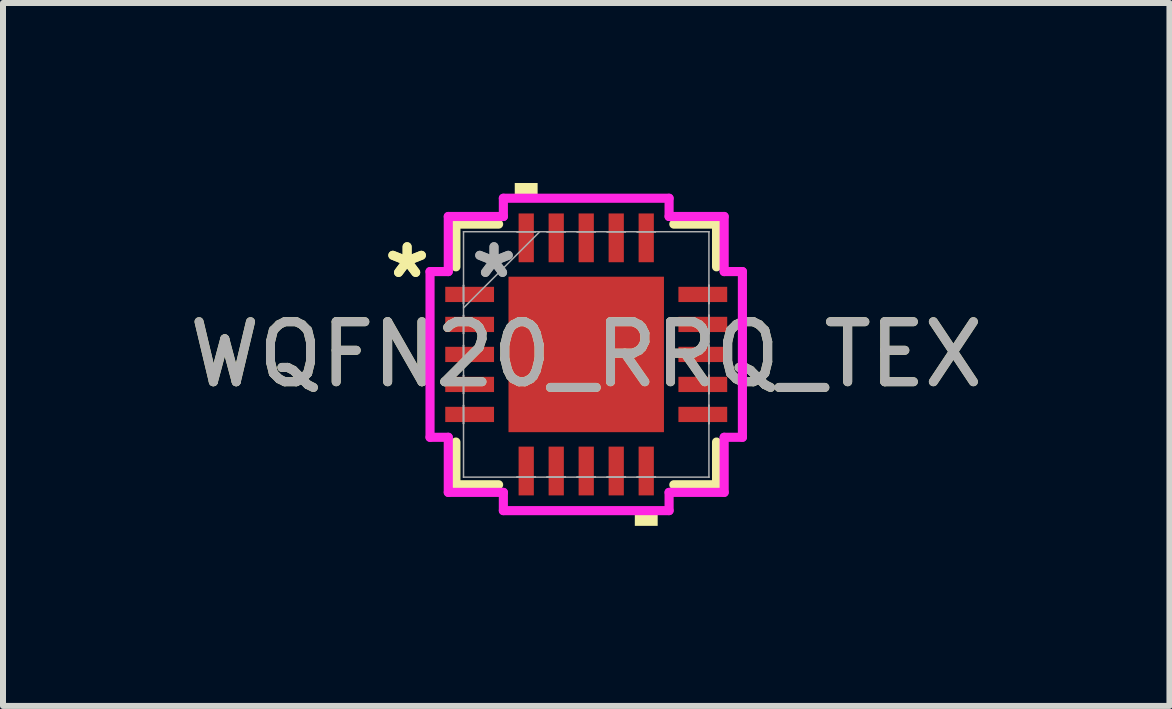
<source format=kicad_pcb>
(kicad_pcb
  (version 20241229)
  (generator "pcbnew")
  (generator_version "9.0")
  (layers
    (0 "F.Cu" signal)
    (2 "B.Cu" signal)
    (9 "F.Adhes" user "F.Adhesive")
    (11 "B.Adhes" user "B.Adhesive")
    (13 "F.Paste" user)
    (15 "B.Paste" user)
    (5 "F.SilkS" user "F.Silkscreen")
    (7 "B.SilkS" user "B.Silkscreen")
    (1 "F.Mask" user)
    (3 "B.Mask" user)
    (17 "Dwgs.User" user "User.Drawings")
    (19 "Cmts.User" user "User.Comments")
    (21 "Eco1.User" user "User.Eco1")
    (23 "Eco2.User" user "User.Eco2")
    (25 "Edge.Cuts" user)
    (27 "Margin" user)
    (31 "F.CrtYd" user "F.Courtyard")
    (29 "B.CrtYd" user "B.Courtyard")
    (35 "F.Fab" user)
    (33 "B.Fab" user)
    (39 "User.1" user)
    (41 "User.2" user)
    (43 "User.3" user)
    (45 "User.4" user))
  (footprint "WQFN20_RRQ_TEX"
    (layer "F.Cu")
    (at 6.72 2.857)
    (property "Reference" "WQFN20_RRQ_TEX" (at 0 0 0) (unlocked yes) (layer "F.SilkS") (effects (font (size 1 1) (thickness 0.15))))
    (attr smd)
    (fp_line (start -2.172 -2.172) (end -2.172 -1.46) (stroke (width 0.152) (type solid)) (layer "F.SilkS"))
    (fp_line (start -2.172 1.46) (end -2.172 2.172) (stroke (width 0.152) (type solid)) (layer "F.SilkS"))
    (fp_line (start -2.172 2.172) (end -1.46 2.172) (stroke (width 0.152) (type solid)) (layer "F.SilkS"))
    (fp_line (start -1.46 -2.172) (end -2.172 -2.172) (stroke (width 0.152) (type solid)) (layer "F.SilkS"))
    (fp_line (start 1.46 2.172) (end 2.172 2.172) (stroke (width 0.152) (type solid)) (layer "F.SilkS"))
    (fp_line (start 2.172 -2.172) (end 1.46 -2.172) (stroke (width 0.152) (type solid)) (layer "F.SilkS"))
    (fp_line (start 2.172 -1.46) (end 2.172 -2.172) (stroke (width 0.152) (type solid)) (layer "F.SilkS"))
    (fp_line (start 2.172 2.172) (end 2.172 1.46) (stroke (width 0.152) (type solid)) (layer "F.SilkS"))
    (fp_poly (pts (xy -1.191 -2.603) (xy -1.191 -2.857) (xy -0.81 -2.857) (xy -0.81 -2.603)) (stroke (width 0) (type solid)) (fill yes) (layer "F.SilkS"))
    (fp_poly (pts (xy 0.81 2.603) (xy 0.81 2.857) (xy 1.191 2.857) (xy 1.191 2.603)) (stroke (width 0) (type solid)) (fill yes) (layer "F.SilkS"))
    (fp_poly (pts (xy -1.195 -1.195) (xy -1.195 -0.1) (xy -0.1 -0.1) (xy -0.1 -1.195)) (stroke (width 0) (type solid)) (fill yes) (layer "F.Paste"))
    (fp_poly (pts (xy -1.195 0.1) (xy -1.195 1.195) (xy -0.1 1.195) (xy -0.1 0.1)) (stroke (width 0) (type solid)) (fill yes) (layer "F.Paste"))
    (fp_poly (pts (xy 0.1 -1.195) (xy 0.1 -0.1) (xy 1.195 -0.1) (xy 1.195 -1.195)) (stroke (width 0) (type solid)) (fill yes) (layer "F.Paste"))
    (fp_poly (pts (xy 0.1 0.1) (xy 0.1 1.195) (xy 1.195 1.195) (xy 1.195 0.1)) (stroke (width 0) (type solid)) (fill yes) (layer "F.Paste"))
    (fp_line (start -2.603 -1.381) (end -2.299 -1.381) (stroke (width 0.152) (type solid)) (layer "F.CrtYd"))
    (fp_line (start -2.603 1.381) (end -2.603 -1.381) (stroke (width 0.152) (type solid)) (layer "F.CrtYd"))
    (fp_line (start -2.299 -2.299) (end -1.381 -2.299) (stroke (width 0.152) (type solid)) (layer "F.CrtYd"))
    (fp_line (start -2.299 -1.381) (end -2.299 -2.299) (stroke (width 0.152) (type solid)) (layer "F.CrtYd"))
    (fp_line (start -2.299 1.381) (end -2.603 1.381) (stroke (width 0.152) (type solid)) (layer "F.CrtYd"))
    (fp_line (start -2.299 2.299) (end -2.299 1.381) (stroke (width 0.152) (type solid)) (layer "F.CrtYd"))
    (fp_line (start -1.381 -2.603) (end 1.381 -2.603) (stroke (width 0.152) (type solid)) (layer "F.CrtYd"))
    (fp_line (start -1.381 -2.299) (end -1.381 -2.603) (stroke (width 0.152) (type solid)) (layer "F.CrtYd"))
    (fp_line (start -1.381 2.299) (end -2.299 2.299) (stroke (width 0.152) (type solid)) (layer "F.CrtYd"))
    (fp_line (start -1.381 2.603) (end -1.381 2.299) (stroke (width 0.152) (type solid)) (layer "F.CrtYd"))
    (fp_line (start 1.381 -2.603) (end 1.381 -2.299) (stroke (width 0.152) (type solid)) (layer "F.CrtYd"))
    (fp_line (start 1.381 -2.299) (end 2.299 -2.299) (stroke (width 0.152) (type solid)) (layer "F.CrtYd"))
    (fp_line (start 1.381 2.299) (end 1.381 2.603) (stroke (width 0.152) (type solid)) (layer "F.CrtYd"))
    (fp_line (start 1.381 2.603) (end -1.381 2.603) (stroke (width 0.152) (type solid)) (layer "F.CrtYd"))
    (fp_line (start 2.299 -2.299) (end 2.299 -1.381) (stroke (width 0.152) (type solid)) (layer "F.CrtYd"))
    (fp_line (start 2.299 -1.381) (end 2.603 -1.381) (stroke (width 0.152) (type solid)) (layer "F.CrtYd"))
    (fp_line (start 2.299 1.381) (end 2.299 2.299) (stroke (width 0.152) (type solid)) (layer "F.CrtYd"))
    (fp_line (start 2.299 2.299) (end 1.381 2.299) (stroke (width 0.152) (type solid)) (layer "F.CrtYd"))
    (fp_line (start 2.603 -1.381) (end 2.603 1.381) (stroke (width 0.152) (type solid)) (layer "F.CrtYd"))
    (fp_line (start 2.603 1.381) (end 2.299 1.381) (stroke (width 0.152) (type solid)) (layer "F.CrtYd"))
    (fp_line (start -2.045 -2.045) (end -2.045 -2.045) (stroke (width 0.025) (type solid)) (layer "F.Fab"))
    (fp_line (start -2.045 -2.045) (end -2.045 2.045) (stroke (width 0.025) (type solid)) (layer "F.Fab"))
    (fp_line (start -2.045 -1.153) (end -2.045 -1.153) (stroke (width 0.025) (type solid)) (layer "F.Fab"))
    (fp_line (start -2.045 -1.153) (end -2.045 -0.848) (stroke (width 0.025) (type solid)) (layer "F.Fab"))
    (fp_line (start -2.045 -0.848) (end -2.045 -1.153) (stroke (width 0.025) (type solid)) (layer "F.Fab"))
    (fp_line (start -2.045 -0.848) (end -2.045 -0.848) (stroke (width 0.025) (type solid)) (layer "F.Fab"))
    (fp_line (start -2.045 -0.775) (end -0.775 -2.045) (stroke (width 0.025) (type solid)) (layer "F.Fab"))
    (fp_line (start -2.045 -0.653) (end -2.045 -0.653) (stroke (width 0.025) (type solid)) (layer "F.Fab"))
    (fp_line (start -2.045 -0.653) (end -2.045 -0.348) (stroke (width 0.025) (type solid)) (layer "F.Fab"))
    (fp_line (start -2.045 -0.348) (end -2.045 -0.653) (stroke (width 0.025) (type solid)) (layer "F.Fab"))
    (fp_line (start -2.045 -0.348) (end -2.045 -0.348) (stroke (width 0.025) (type solid)) (layer "F.Fab"))
    (fp_line (start -2.045 -0.152) (end -2.045 -0.152) (stroke (width 0.025) (type solid)) (layer "F.Fab"))
    (fp_line (start -2.045 -0.152) (end -2.045 0.152) (stroke (width 0.025) (type solid)) (layer "F.Fab"))
    (fp_line (start -2.045 0.152) (end -2.045 -0.152) (stroke (width 0.025) (type solid)) (layer "F.Fab"))
    (fp_line (start -2.045 0.152) (end -2.045 0.152) (stroke (width 0.025) (type solid)) (layer "F.Fab"))
    (fp_line (start -2.045 0.348) (end -2.045 0.348) (stroke (width 0.025) (type solid)) (layer "F.Fab"))
    (fp_line (start -2.045 0.348) (end -2.045 0.653) (stroke (width 0.025) (type solid)) (layer "F.Fab"))
    (fp_line (start -2.045 0.653) (end -2.045 0.348) (stroke (width 0.025) (type solid)) (layer "F.Fab"))
    (fp_line (start -2.045 0.653) (end -2.045 0.653) (stroke (width 0.025) (type solid)) (layer "F.Fab"))
    (fp_line (start -2.045 0.848) (end -2.045 0.848) (stroke (width 0.025) (type solid)) (layer "F.Fab"))
    (fp_line (start -2.045 0.848) (end -2.045 1.153) (stroke (width 0.025) (type solid)) (layer "F.Fab"))
    (fp_line (start -2.045 1.153) (end -2.045 0.848) (stroke (width 0.025) (type solid)) (layer "F.Fab"))
    (fp_line (start -2.045 1.153) (end -2.045 1.153) (stroke (width 0.025) (type solid)) (layer "F.Fab"))
    (fp_line (start -2.045 2.045) (end -2.045 2.045) (stroke (width 0.025) (type solid)) (layer "F.Fab"))
    (fp_line (start -2.045 2.045) (end 2.045 2.045) (stroke (width 0.025) (type solid)) (layer "F.Fab"))
    (fp_line (start -1.153 -2.045) (end -1.153 -2.045) (stroke (width 0.025) (type solid)) (layer "F.Fab"))
    (fp_line (start -1.153 -2.045) (end -0.848 -2.045) (stroke (width 0.025) (type solid)) (layer "F.Fab"))
    (fp_line (start -1.153 2.045) (end -1.153 2.045) (stroke (width 0.025) (type solid)) (layer "F.Fab"))
    (fp_line (start -1.153 2.045) (end -0.848 2.045) (stroke (width 0.025) (type solid)) (layer "F.Fab"))
    (fp_line (start -0.848 -2.045) (end -1.153 -2.045) (stroke (width 0.025) (type solid)) (layer "F.Fab"))
    (fp_line (start -0.848 -2.045) (end -0.848 -2.045) (stroke (width 0.025) (type solid)) (layer "F.Fab"))
    (fp_line (start -0.848 2.045) (end -1.153 2.045) (stroke (width 0.025) (type solid)) (layer "F.Fab"))
    (fp_line (start -0.848 2.045) (end -0.848 2.045) (stroke (width 0.025) (type solid)) (layer "F.Fab"))
    (fp_line (start -0.653 -2.045) (end -0.653 -2.045) (stroke (width 0.025) (type solid)) (layer "F.Fab"))
    (fp_line (start -0.653 -2.045) (end -0.348 -2.045) (stroke (width 0.025) (type solid)) (layer "F.Fab"))
    (fp_line (start -0.653 2.045) (end -0.653 2.045) (stroke (width 0.025) (type solid)) (layer "F.Fab"))
    (fp_line (start -0.653 2.045) (end -0.348 2.045) (stroke (width 0.025) (type solid)) (layer "F.Fab"))
    (fp_line (start -0.348 -2.045) (end -0.653 -2.045) (stroke (width 0.025) (type solid)) (layer "F.Fab"))
    (fp_line (start -0.348 -2.045) (end -0.348 -2.045) (stroke (width 0.025) (type solid)) (layer "F.Fab"))
    (fp_line (start -0.348 2.045) (end -0.653 2.045) (stroke (width 0.025) (type solid)) (layer "F.Fab"))
    (fp_line (start -0.348 2.045) (end -0.348 2.045) (stroke (width 0.025) (type solid)) (layer "F.Fab"))
    (fp_line (start -0.152 -2.045) (end -0.152 -2.045) (stroke (width 0.025) (type solid)) (layer "F.Fab"))
    (fp_line (start -0.152 -2.045) (end 0.152 -2.045) (stroke (width 0.025) (type solid)) (layer "F.Fab"))
    (fp_line (start -0.152 2.045) (end -0.152 2.045) (stroke (width 0.025) (type solid)) (layer "F.Fab"))
    (fp_line (start -0.152 2.045) (end 0.152 2.045) (stroke (width 0.025) (type solid)) (layer "F.Fab"))
    (fp_line (start 0.152 -2.045) (end -0.152 -2.045) (stroke (width 0.025) (type solid)) (layer "F.Fab"))
    (fp_line (start 0.152 -2.045) (end 0.152 -2.045) (stroke (width 0.025) (type solid)) (layer "F.Fab"))
    (fp_line (start 0.152 2.045) (end -0.152 2.045) (stroke (width 0.025) (type solid)) (layer "F.Fab"))
    (fp_line (start 0.152 2.045) (end 0.152 2.045) (stroke (width 0.025) (type solid)) (layer "F.Fab"))
    (fp_line (start 0.348 -2.045) (end 0.348 -2.045) (stroke (width 0.025) (type solid)) (layer "F.Fab"))
    (fp_line (start 0.348 -2.045) (end 0.653 -2.045) (stroke (width 0.025) (type solid)) (layer "F.Fab"))
    (fp_line (start 0.348 2.045) (end 0.348 2.045) (stroke (width 0.025) (type solid)) (layer "F.Fab"))
    (fp_line (start 0.348 2.045) (end 0.653 2.045) (stroke (width 0.025) (type solid)) (layer "F.Fab"))
    (fp_line (start 0.653 -2.045) (end 0.348 -2.045) (stroke (width 0.025) (type solid)) (layer "F.Fab"))
    (fp_line (start 0.653 -2.045) (end 0.653 -2.045) (stroke (width 0.025) (type solid)) (layer "F.Fab"))
    (fp_line (start 0.653 2.045) (end 0.348 2.045) (stroke (width 0.025) (type solid)) (layer "F.Fab"))
    (fp_line (start 0.653 2.045) (end 0.653 2.045) (stroke (width 0.025) (type solid)) (layer "F.Fab"))
    (fp_line (start 0.848 -2.045) (end 0.848 -2.045) (stroke (width 0.025) (type solid)) (layer "F.Fab"))
    (fp_line (start 0.848 -2.045) (end 1.153 -2.045) (stroke (width 0.025) (type solid)) (layer "F.Fab"))
    (fp_line (start 0.848 2.045) (end 0.848 2.045) (stroke (width 0.025) (type solid)) (layer "F.Fab"))
    (fp_line (start 0.848 2.045) (end 1.153 2.045) (stroke (width 0.025) (type solid)) (layer "F.Fab"))
    (fp_line (start 1.153 -2.045) (end 0.848 -2.045) (stroke (width 0.025) (type solid)) (layer "F.Fab"))
    (fp_line (start 1.153 -2.045) (end 1.153 -2.045) (stroke (width 0.025) (type solid)) (layer "F.Fab"))
    (fp_line (start 1.153 2.045) (end 0.848 2.045) (stroke (width 0.025) (type solid)) (layer "F.Fab"))
    (fp_line (start 1.153 2.045) (end 1.153 2.045) (stroke (width 0.025) (type solid)) (layer "F.Fab"))
    (fp_line (start 2.045 -2.045) (end -2.045 -2.045) (stroke (width 0.025) (type solid)) (layer "F.Fab"))
    (fp_line (start 2.045 -2.045) (end 2.045 -2.045) (stroke (width 0.025) (type solid)) (layer "F.Fab"))
    (fp_line (start 2.045 -1.153) (end 2.045 -1.153) (stroke (width 0.025) (type solid)) (layer "F.Fab"))
    (fp_line (start 2.045 -1.153) (end 2.045 -0.848) (stroke (width 0.025) (type solid)) (layer "F.Fab"))
    (fp_line (start 2.045 -0.848) (end 2.045 -1.153) (stroke (width 0.025) (type solid)) (layer "F.Fab"))
    (fp_line (start 2.045 -0.848) (end 2.045 -0.848) (stroke (width 0.025) (type solid)) (layer "F.Fab"))
    (fp_line (start 2.045 -0.653) (end 2.045 -0.653) (stroke (width 0.025) (type solid)) (layer "F.Fab"))
    (fp_line (start 2.045 -0.653) (end 2.045 -0.348) (stroke (width 0.025) (type solid)) (layer "F.Fab"))
    (fp_line (start 2.045 -0.348) (end 2.045 -0.653) (stroke (width 0.025) (type solid)) (layer "F.Fab"))
    (fp_line (start 2.045 -0.348) (end 2.045 -0.348) (stroke (width 0.025) (type solid)) (layer "F.Fab"))
    (fp_line (start 2.045 -0.152) (end 2.045 -0.152) (stroke (width 0.025) (type solid)) (layer "F.Fab"))
    (fp_line (start 2.045 -0.152) (end 2.045 0.152) (stroke (width 0.025) (type solid)) (layer "F.Fab"))
    (fp_line (start 2.045 0.152) (end 2.045 -0.152) (stroke (width 0.025) (type solid)) (layer "F.Fab"))
    (fp_line (start 2.045 0.152) (end 2.045 0.152) (stroke (width 0.025) (type solid)) (layer "F.Fab"))
    (fp_line (start 2.045 0.348) (end 2.045 0.348) (stroke (width 0.025) (type solid)) (layer "F.Fab"))
    (fp_line (start 2.045 0.348) (end 2.045 0.653) (stroke (width 0.025) (type solid)) (layer "F.Fab"))
    (fp_line (start 2.045 0.653) (end 2.045 0.348) (stroke (width 0.025) (type solid)) (layer "F.Fab"))
    (fp_line (start 2.045 0.653) (end 2.045 0.653) (stroke (width 0.025) (type solid)) (layer "F.Fab"))
    (fp_line (start 2.045 0.848) (end 2.045 0.848) (stroke (width 0.025) (type solid)) (layer "F.Fab"))
    (fp_line (start 2.045 0.848) (end 2.045 1.153) (stroke (width 0.025) (type solid)) (layer "F.Fab"))
    (fp_line (start 2.045 1.153) (end 2.045 0.848) (stroke (width 0.025) (type solid)) (layer "F.Fab"))
    (fp_line (start 2.045 1.153) (end 2.045 1.153) (stroke (width 0.025) (type solid)) (layer "F.Fab"))
    (fp_line (start 2.045 2.045) (end 2.045 -2.045) (stroke (width 0.025) (type solid)) (layer "F.Fab"))
    (fp_line (start 2.045 2.045) (end 2.045 2.045) (stroke (width 0.025) (type solid)) (layer "F.Fab"))
    (fp_text user "*" (at -2.985 -1.25 0) (layer "F.SilkS") (effects (font (size 1 1) (thickness 0.15))))
    (fp_text user "*" (at -2.985 -1.25 0) (unlocked yes) (layer "F.SilkS") (effects (font (size 1 1) (thickness 0.15))))
    (fp_text user "${REFERENCE}" (at 0 0 0) (unlocked yes) (layer "F.Fab") (effects (font (size 1 1) (thickness 0.15))))
    (fp_text user "*" (at -1.537 -1.25 0) (layer "F.Fab") (effects (font (size 1 1) (thickness 0.15))))
    (fp_text user "*" (at -1.537 -1.25 0) (unlocked yes) (layer "F.Fab") (effects (font (size 1 1) (thickness 0.15))))
    (pad "1" smd rect (at -1.943 -1 90) (size 0.254 0.813) (layers "F.Cu" "F.Mask" "F.Paste"))
    (pad "2" smd rect (at -1.943 -0.5 90) (size 0.254 0.813) (layers "F.Cu" "F.Mask" "F.Paste"))
    (pad "3" smd rect (at -1.943 0 90) (size 0.254 0.813) (layers "F.Cu" "F.Mask" "F.Paste"))
    (pad "4" smd rect (at -1.943 0.5 90) (size 0.254 0.813) (layers "F.Cu" "F.Mask" "F.Paste"))
    (pad "5" smd rect (at -1.943 1 90) (size 0.254 0.813) (layers "F.Cu" "F.Mask" "F.Paste"))
    (pad "6" smd rect (at -1 1.943) (size 0.254 0.813) (layers "F.Cu" "F.Mask" "F.Paste"))
    (pad "7" smd rect (at -0.5 1.943) (size 0.254 0.813) (layers "F.Cu" "F.Mask" "F.Paste"))
    (pad "8" smd rect (at 0 1.943) (size 0.254 0.813) (layers "F.Cu" "F.Mask" "F.Paste"))
    (pad "9" smd rect (at 0.5 1.943) (size 0.254 0.813) (layers "F.Cu" "F.Mask" "F.Paste"))
    (pad "10" smd rect (at 1 1.943) (size 0.254 0.813) (layers "F.Cu" "F.Mask" "F.Paste"))
    (pad "11" smd rect (at 1.943 1 90) (size 0.254 0.813) (layers "F.Cu" "F.Mask" "F.Paste"))
    (pad "12" smd rect (at 1.943 0.5 90) (size 0.254 0.813) (layers "F.Cu" "F.Mask" "F.Paste"))
    (pad "13" smd rect (at 1.943 0 90) (size 0.254 0.813) (layers "F.Cu" "F.Mask" "F.Paste"))
    (pad "14" smd rect (at 1.943 -0.5 90) (size 0.254 0.813) (layers "F.Cu" "F.Mask" "F.Paste"))
    (pad "15" smd rect (at 1.943 -1 90) (size 0.254 0.813) (layers "F.Cu" "F.Mask" "F.Paste"))
    (pad "16" smd rect (at 1 -1.943) (size 0.254 0.813) (layers "F.Cu" "F.Mask" "F.Paste"))
    (pad "17" smd rect (at 0.5 -1.943) (size 0.254 0.813) (layers "F.Cu" "F.Mask" "F.Paste"))
    (pad "18" smd rect (at 0 -1.943) (size 0.254 0.813) (layers "F.Cu" "F.Mask" "F.Paste"))
    (pad "19" smd rect (at -0.5 -1.943) (size 0.254 0.813) (layers "F.Cu" "F.Mask" "F.Paste"))
    (pad "20" smd rect (at -1 -1.943) (size 0.254 0.813) (layers "F.Cu" "F.Mask" "F.Paste"))
    (pad "21" smd rect (at 0 0) (size 2.591 2.591) (layers "F.Cu" "F.Mask")))
  (gr_rect
    (start -3 -3)
    (end 16.44 8.715)
    (stroke (width 0.1) (type default))
    (fill no)
    (layer "Edge.Cuts")))
</source>
